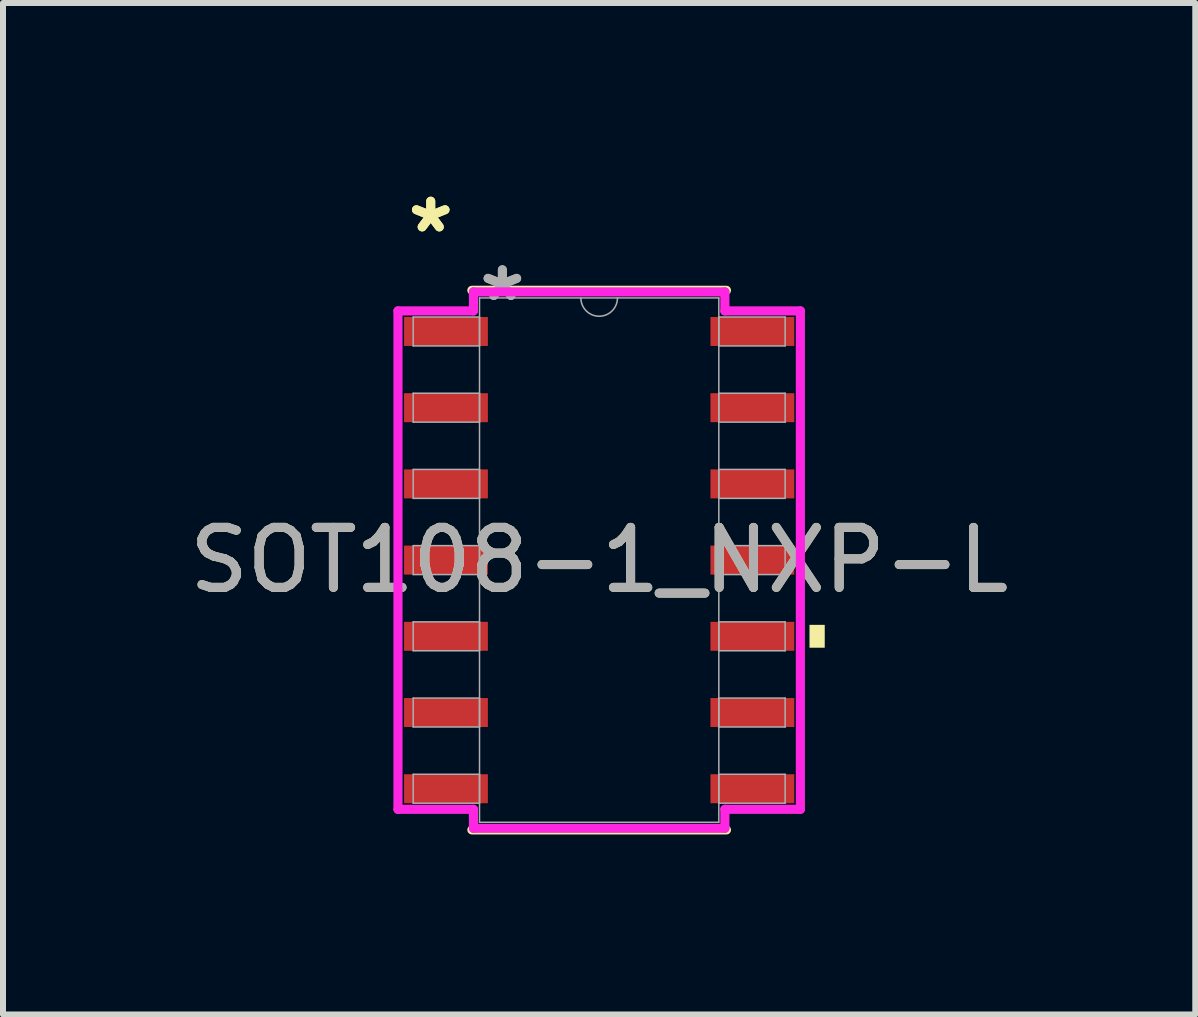
<source format=kicad_pcb>
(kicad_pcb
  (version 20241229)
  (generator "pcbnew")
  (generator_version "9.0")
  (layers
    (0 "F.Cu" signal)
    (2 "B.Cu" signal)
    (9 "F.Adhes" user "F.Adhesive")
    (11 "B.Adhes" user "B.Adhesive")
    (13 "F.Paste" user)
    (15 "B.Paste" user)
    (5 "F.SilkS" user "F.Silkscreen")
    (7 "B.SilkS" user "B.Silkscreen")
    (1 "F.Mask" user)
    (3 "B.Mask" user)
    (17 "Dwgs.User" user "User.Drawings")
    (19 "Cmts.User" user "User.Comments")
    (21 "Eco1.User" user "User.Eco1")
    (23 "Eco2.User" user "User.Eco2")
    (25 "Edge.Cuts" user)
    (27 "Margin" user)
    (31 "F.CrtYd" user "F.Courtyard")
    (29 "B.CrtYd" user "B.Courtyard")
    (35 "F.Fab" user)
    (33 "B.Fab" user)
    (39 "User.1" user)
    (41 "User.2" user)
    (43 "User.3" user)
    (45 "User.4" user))
  (footprint "SOT108-1_NXP-L"
    (layer "F.Cu")
    (at 6.935 6.284)
    (property "Reference" "SOT108-1_NXP-L" (at 0 0 0) (unlocked yes) (layer "F.SilkS") (effects (font (size 1 1) (thickness 0.15))))
    (attr smd)
    (fp_line (start -2.121 4.496) (end 2.121 4.496) (stroke (width 0.152) (type solid)) (layer "F.SilkS"))
    (fp_line (start 2.121 -4.496) (end -2.121 -4.496) (stroke (width 0.152) (type solid)) (layer "F.SilkS"))
    (fp_poly (pts (xy 3.759 1.079) (xy 3.759 1.46) (xy 3.505 1.46) (xy 3.505 1.079)) (stroke (width 0) (type solid)) (fill yes) (layer "F.SilkS"))
    (fp_line (start -3.353 -4.153) (end -2.095 -4.153) (stroke (width 0.152) (type solid)) (layer "F.CrtYd"))
    (fp_line (start -3.353 4.153) (end -3.353 -4.153) (stroke (width 0.152) (type solid)) (layer "F.CrtYd"))
    (fp_line (start -3.353 4.153) (end -2.095 4.153) (stroke (width 0.152) (type solid)) (layer "F.CrtYd"))
    (fp_line (start -2.095 -4.47) (end 2.095 -4.47) (stroke (width 0.152) (type solid)) (layer "F.CrtYd"))
    (fp_line (start -2.095 -4.153) (end -2.095 -4.47) (stroke (width 0.152) (type solid)) (layer "F.CrtYd"))
    (fp_line (start -2.095 4.47) (end -2.095 4.153) (stroke (width 0.152) (type solid)) (layer "F.CrtYd"))
    (fp_line (start 2.095 -4.47) (end 2.095 -4.153) (stroke (width 0.152) (type solid)) (layer "F.CrtYd"))
    (fp_line (start 2.095 4.153) (end 2.095 4.47) (stroke (width 0.152) (type solid)) (layer "F.CrtYd"))
    (fp_line (start 2.095 4.47) (end -2.095 4.47) (stroke (width 0.152) (type solid)) (layer "F.CrtYd"))
    (fp_line (start 3.353 -4.153) (end 2.095 -4.153) (stroke (width 0.152) (type solid)) (layer "F.CrtYd"))
    (fp_line (start 3.353 -4.153) (end 3.353 4.153) (stroke (width 0.152) (type solid)) (layer "F.CrtYd"))
    (fp_line (start 3.353 4.153) (end 2.095 4.153) (stroke (width 0.152) (type solid)) (layer "F.CrtYd"))
    (fp_line (start -3.099 -4.051) (end -3.099 -3.569) (stroke (width 0.025) (type solid)) (layer "F.Fab"))
    (fp_line (start -3.099 -3.569) (end -1.994 -3.569) (stroke (width 0.025) (type solid)) (layer "F.Fab"))
    (fp_line (start -3.099 -2.781) (end -3.099 -2.299) (stroke (width 0.025) (type solid)) (layer "F.Fab"))
    (fp_line (start -3.099 -2.299) (end -1.994 -2.299) (stroke (width 0.025) (type solid)) (layer "F.Fab"))
    (fp_line (start -3.099 -1.511) (end -3.099 -1.029) (stroke (width 0.025) (type solid)) (layer "F.Fab"))
    (fp_line (start -3.099 -1.029) (end -1.994 -1.029) (stroke (width 0.025) (type solid)) (layer "F.Fab"))
    (fp_line (start -3.099 -0.241) (end -3.099 0.241) (stroke (width 0.025) (type solid)) (layer "F.Fab"))
    (fp_line (start -3.099 0.241) (end -1.994 0.241) (stroke (width 0.025) (type solid)) (layer "F.Fab"))
    (fp_line (start -3.099 1.029) (end -3.099 1.511) (stroke (width 0.025) (type solid)) (layer "F.Fab"))
    (fp_line (start -3.099 1.511) (end -1.994 1.511) (stroke (width 0.025) (type solid)) (layer "F.Fab"))
    (fp_line (start -3.099 2.299) (end -3.099 2.781) (stroke (width 0.025) (type solid)) (layer "F.Fab"))
    (fp_line (start -3.099 2.781) (end -1.994 2.781) (stroke (width 0.025) (type solid)) (layer "F.Fab"))
    (fp_line (start -3.099 3.569) (end -3.099 4.051) (stroke (width 0.025) (type solid)) (layer "F.Fab"))
    (fp_line (start -3.099 4.051) (end -1.994 4.051) (stroke (width 0.025) (type solid)) (layer "F.Fab"))
    (fp_line (start -1.994 -4.369) (end -1.994 4.369) (stroke (width 0.025) (type solid)) (layer "F.Fab"))
    (fp_line (start -1.994 -4.051) (end -3.099 -4.051) (stroke (width 0.025) (type solid)) (layer "F.Fab"))
    (fp_line (start -1.994 -3.569) (end -1.994 -4.051) (stroke (width 0.025) (type solid)) (layer "F.Fab"))
    (fp_line (start -1.994 -2.781) (end -3.099 -2.781) (stroke (width 0.025) (type solid)) (layer "F.Fab"))
    (fp_line (start -1.994 -2.299) (end -1.994 -2.781) (stroke (width 0.025) (type solid)) (layer "F.Fab"))
    (fp_line (start -1.994 -1.511) (end -3.099 -1.511) (stroke (width 0.025) (type solid)) (layer "F.Fab"))
    (fp_line (start -1.994 -1.029) (end -1.994 -1.511) (stroke (width 0.025) (type solid)) (layer "F.Fab"))
    (fp_line (start -1.994 -0.241) (end -3.099 -0.241) (stroke (width 0.025) (type solid)) (layer "F.Fab"))
    (fp_line (start -1.994 0.241) (end -1.994 -0.241) (stroke (width 0.025) (type solid)) (layer "F.Fab"))
    (fp_line (start -1.994 1.029) (end -3.099 1.029) (stroke (width 0.025) (type solid)) (layer "F.Fab"))
    (fp_line (start -1.994 1.511) (end -1.994 1.029) (stroke (width 0.025) (type solid)) (layer "F.Fab"))
    (fp_line (start -1.994 2.299) (end -3.099 2.299) (stroke (width 0.025) (type solid)) (layer "F.Fab"))
    (fp_line (start -1.994 2.781) (end -1.994 2.299) (stroke (width 0.025) (type solid)) (layer "F.Fab"))
    (fp_line (start -1.994 3.569) (end -3.099 3.569) (stroke (width 0.025) (type solid)) (layer "F.Fab"))
    (fp_line (start -1.994 4.051) (end -1.994 3.569) (stroke (width 0.025) (type solid)) (layer "F.Fab"))
    (fp_line (start -1.994 4.369) (end 1.994 4.369) (stroke (width 0.025) (type solid)) (layer "F.Fab"))
    (fp_line (start 1.994 -4.369) (end -1.994 -4.369) (stroke (width 0.025) (type solid)) (layer "F.Fab"))
    (fp_line (start 1.994 -4.051) (end 1.994 -3.569) (stroke (width 0.025) (type solid)) (layer "F.Fab"))
    (fp_line (start 1.994 -3.569) (end 3.099 -3.569) (stroke (width 0.025) (type solid)) (layer "F.Fab"))
    (fp_line (start 1.994 -2.781) (end 1.994 -2.299) (stroke (width 0.025) (type solid)) (layer "F.Fab"))
    (fp_line (start 1.994 -2.299) (end 3.099 -2.299) (stroke (width 0.025) (type solid)) (layer "F.Fab"))
    (fp_line (start 1.994 -1.511) (end 1.994 -1.029) (stroke (width 0.025) (type solid)) (layer "F.Fab"))
    (fp_line (start 1.994 -1.029) (end 3.099 -1.029) (stroke (width 0.025) (type solid)) (layer "F.Fab"))
    (fp_line (start 1.994 -0.241) (end 1.994 0.241) (stroke (width 0.025) (type solid)) (layer "F.Fab"))
    (fp_line (start 1.994 0.241) (end 3.099 0.241) (stroke (width 0.025) (type solid)) (layer "F.Fab"))
    (fp_line (start 1.994 1.029) (end 1.994 1.511) (stroke (width 0.025) (type solid)) (layer "F.Fab"))
    (fp_line (start 1.994 1.511) (end 3.099 1.511) (stroke (width 0.025) (type solid)) (layer "F.Fab"))
    (fp_line (start 1.994 2.299) (end 1.994 2.781) (stroke (width 0.025) (type solid)) (layer "F.Fab"))
    (fp_line (start 1.994 2.781) (end 3.099 2.781) (stroke (width 0.025) (type solid)) (layer "F.Fab"))
    (fp_line (start 1.994 3.569) (end 1.994 4.051) (stroke (width 0.025) (type solid)) (layer "F.Fab"))
    (fp_line (start 1.994 4.051) (end 3.099 4.051) (stroke (width 0.025) (type solid)) (layer "F.Fab"))
    (fp_line (start 1.994 4.369) (end 1.994 -4.369) (stroke (width 0.025) (type solid)) (layer "F.Fab"))
    (fp_line (start 3.099 -4.051) (end 1.994 -4.051) (stroke (width 0.025) (type solid)) (layer "F.Fab"))
    (fp_line (start 3.099 -3.569) (end 3.099 -4.051) (stroke (width 0.025) (type solid)) (layer "F.Fab"))
    (fp_line (start 3.099 -2.781) (end 1.994 -2.781) (stroke (width 0.025) (type solid)) (layer "F.Fab"))
    (fp_line (start 3.099 -2.299) (end 3.099 -2.781) (stroke (width 0.025) (type solid)) (layer "F.Fab"))
    (fp_line (start 3.099 -1.511) (end 1.994 -1.511) (stroke (width 0.025) (type solid)) (layer "F.Fab"))
    (fp_line (start 3.099 -1.029) (end 3.099 -1.511) (stroke (width 0.025) (type solid)) (layer "F.Fab"))
    (fp_line (start 3.099 -0.241) (end 1.994 -0.241) (stroke (width 0.025) (type solid)) (layer "F.Fab"))
    (fp_line (start 3.099 0.241) (end 3.099 -0.241) (stroke (width 0.025) (type solid)) (layer "F.Fab"))
    (fp_line (start 3.099 1.029) (end 1.994 1.029) (stroke (width 0.025) (type solid)) (layer "F.Fab"))
    (fp_line (start 3.099 1.511) (end 3.099 1.029) (stroke (width 0.025) (type solid)) (layer "F.Fab"))
    (fp_line (start 3.099 2.299) (end 1.994 2.299) (stroke (width 0.025) (type solid)) (layer "F.Fab"))
    (fp_line (start 3.099 2.781) (end 3.099 2.299) (stroke (width 0.025) (type solid)) (layer "F.Fab"))
    (fp_line (start 3.099 3.569) (end 1.994 3.569) (stroke (width 0.025) (type solid)) (layer "F.Fab"))
    (fp_line (start 3.099 4.051) (end 3.099 3.569) (stroke (width 0.025) (type solid)) (layer "F.Fab"))
    (fp_arc (start 0.3048 -4.3688) (mid 0 -4.064) (end -0.3048 -4.3688) (stroke (width 0.0254) (type solid)) (layer "F.Fab"))
    (fp_text user "*" (at -2.807 -5.436 0) (unlocked yes) (layer "F.SilkS") (effects (font (size 1 1) (thickness 0.15))))
    (fp_text user "*" (at -2.807 -5.436 0) (layer "F.SilkS") (effects (font (size 1 1) (thickness 0.15))))
    (fp_text user "*" (at -1.613 -4.293 0) (unlocked yes) (layer "F.Fab") (effects (font (size 1 1) (thickness 0.15))))
    (fp_text user "${REFERENCE}" (at 0 0 0) (unlocked yes) (layer "F.Fab") (effects (font (size 1 1) (thickness 0.15))))
    (fp_text user "*" (at -1.613 -4.293 0) (layer "F.Fab") (effects (font (size 1 1) (thickness 0.15))))
    (pad "1" smd rect (at -2.553 -3.81) (size 1.397 0.483) (layers "F.Cu" "F.Mask" "F.Paste"))
    (pad "2" smd rect (at -2.553 -2.54) (size 1.397 0.483) (layers "F.Cu" "F.Mask" "F.Paste"))
    (pad "3" smd rect (at -2.553 -1.27) (size 1.397 0.483) (layers "F.Cu" "F.Mask" "F.Paste"))
    (pad "4" smd rect (at -2.553 0) (size 1.397 0.483) (layers "F.Cu" "F.Mask" "F.Paste"))
    (pad "5" smd rect (at -2.553 1.27) (size 1.397 0.483) (layers "F.Cu" "F.Mask" "F.Paste"))
    (pad "6" smd rect (at -2.553 2.54) (size 1.397 0.483) (layers "F.Cu" "F.Mask" "F.Paste"))
    (pad "7" smd rect (at -2.553 3.81) (size 1.397 0.483) (layers "F.Cu" "F.Mask" "F.Paste"))
    (pad "8" smd rect (at 2.553 3.81) (size 1.397 0.483) (layers "F.Cu" "F.Mask" "F.Paste"))
    (pad "9" smd rect (at 2.553 2.54) (size 1.397 0.483) (layers "F.Cu" "F.Mask" "F.Paste"))
    (pad "10" smd rect (at 2.553 1.27) (size 1.397 0.483) (layers "F.Cu" "F.Mask" "F.Paste"))
    (pad "11" smd rect (at 2.553 0) (size 1.397 0.483) (layers "F.Cu" "F.Mask" "F.Paste"))
    (pad "12" smd rect (at 2.553 -1.27) (size 1.397 0.483) (layers "F.Cu" "F.Mask" "F.Paste"))
    (pad "13" smd rect (at 2.553 -2.54) (size 1.397 0.483) (layers "F.Cu" "F.Mask" "F.Paste"))
    (pad "14" smd rect (at 2.553 -3.81) (size 1.397 0.483) (layers "F.Cu" "F.Mask" "F.Paste")))
  (gr_rect
    (start -3 -3)
    (end 16.869 13.856)
    (stroke (width 0.1) (type default))
    (fill no)
    (layer "Edge.Cuts")))
</source>
